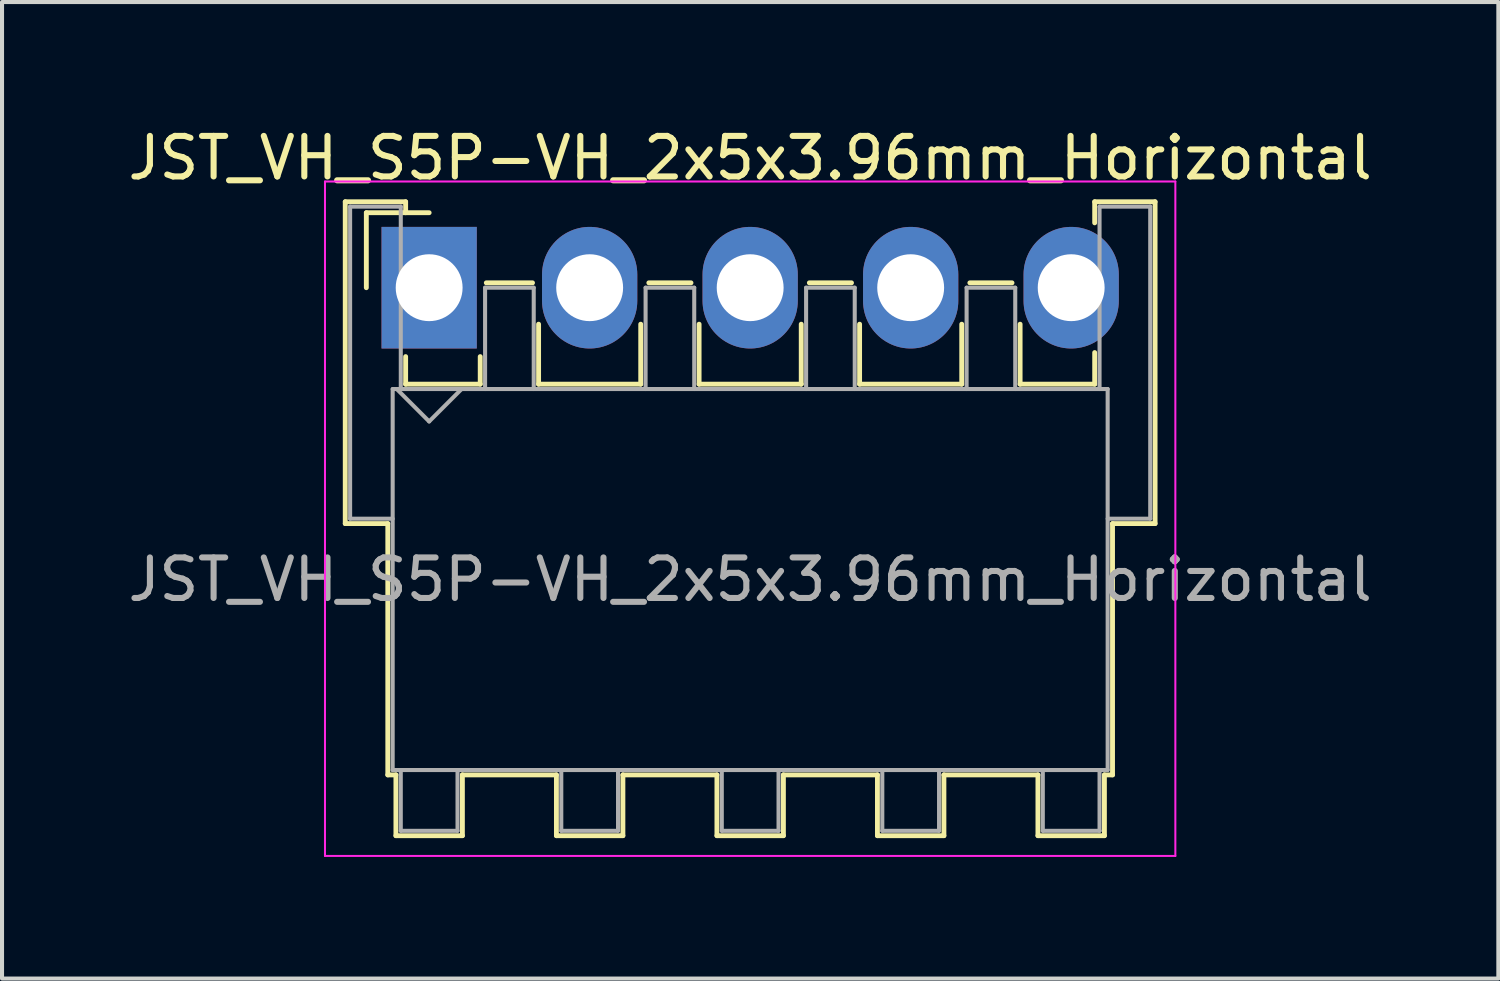
<source format=kicad_pcb>
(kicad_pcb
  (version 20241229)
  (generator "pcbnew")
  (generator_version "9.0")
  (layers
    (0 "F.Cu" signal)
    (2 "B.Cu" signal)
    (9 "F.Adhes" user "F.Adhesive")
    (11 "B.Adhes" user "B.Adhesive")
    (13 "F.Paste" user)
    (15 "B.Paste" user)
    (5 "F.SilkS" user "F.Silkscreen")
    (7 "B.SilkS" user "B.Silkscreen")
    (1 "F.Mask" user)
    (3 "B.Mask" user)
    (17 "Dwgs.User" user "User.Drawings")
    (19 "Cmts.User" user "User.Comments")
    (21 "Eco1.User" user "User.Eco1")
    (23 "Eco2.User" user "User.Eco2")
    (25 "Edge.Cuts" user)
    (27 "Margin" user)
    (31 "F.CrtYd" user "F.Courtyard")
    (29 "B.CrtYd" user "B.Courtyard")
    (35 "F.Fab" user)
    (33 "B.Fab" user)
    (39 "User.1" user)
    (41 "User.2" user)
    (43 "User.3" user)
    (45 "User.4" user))
  (footprint "JST_VH_S5P-VH_2x5x3.96mm_Horizontal"
    (layer "F.Cu")
    (at 7.538 4.048)
    (property "Reference" "JST_VH_S5P-VH_2x5x3.96mm_Horizontal" (at 7.92 -3.2 0) (layer "F.SilkS") (effects (font (size 1 1) (thickness 0.15))))
    (attr through_hole)
    (fp_line (start -2.07 -2.12) (end -0.58 -2.12) (stroke (width 0.12) (type solid)) (layer "F.SilkS"))
    (fp_line (start -2.07 5.82) (end -2.07 -2.12) (stroke (width 0.12) (type solid)) (layer "F.SilkS"))
    (fp_line (start -1.55 -1.85) (end -1.55 0) (stroke (width 0.12) (type solid)) (layer "F.SilkS"))
    (fp_line (start -1.02 5.82) (end -2.07 5.82) (stroke (width 0.12) (type solid)) (layer "F.SilkS"))
    (fp_line (start -1.02 5.82) (end -1.02 12.02) (stroke (width 0.12) (type solid)) (layer "F.SilkS"))
    (fp_line (start -1.02 12.02) (end -0.82 12.02) (stroke (width 0.12) (type solid)) (layer "F.SilkS"))
    (fp_line (start -0.82 12.02) (end -0.82 13.52) (stroke (width 0.12) (type solid)) (layer "F.SilkS"))
    (fp_line (start -0.82 13.52) (end 0.82 13.52) (stroke (width 0.12) (type solid)) (layer "F.SilkS"))
    (fp_line (start -0.58 -2.12) (end -0.58 -1.85) (stroke (width 0.12) (type solid)) (layer "F.SilkS"))
    (fp_line (start -0.58 1.7) (end -0.58 2.38) (stroke (width 0.12) (type solid)) (layer "F.SilkS"))
    (fp_line (start -0.58 2.38) (end 1.26 2.38) (stroke (width 0.12) (type solid)) (layer "F.SilkS"))
    (fp_line (start 0 -1.85) (end -1.55 -1.85) (stroke (width 0.12) (type solid)) (layer "F.SilkS"))
    (fp_line (start 0.82 12.02) (end 3.14 12.02) (stroke (width 0.12) (type solid)) (layer "F.SilkS"))
    (fp_line (start 0.82 13.52) (end 0.82 12.02) (stroke (width 0.12) (type solid)) (layer "F.SilkS"))
    (fp_line (start 1.26 2.38) (end 1.26 1.7) (stroke (width 0.12) (type solid)) (layer "F.SilkS"))
    (fp_line (start 1.41 -0.12) (end 2.55 -0.12) (stroke (width 0.12) (type solid)) (layer "F.SilkS"))
    (fp_line (start 2.7 0.9) (end 2.7 2.38) (stroke (width 0.12) (type solid)) (layer "F.SilkS"))
    (fp_line (start 2.7 2.38) (end 5.22 2.38) (stroke (width 0.12) (type solid)) (layer "F.SilkS"))
    (fp_line (start 3.14 12.02) (end 3.14 13.52) (stroke (width 0.12) (type solid)) (layer "F.SilkS"))
    (fp_line (start 3.14 13.52) (end 4.78 13.52) (stroke (width 0.12) (type solid)) (layer "F.SilkS"))
    (fp_line (start 4.78 12.02) (end 7.1 12.02) (stroke (width 0.12) (type solid)) (layer "F.SilkS"))
    (fp_line (start 4.78 13.52) (end 4.78 12.02) (stroke (width 0.12) (type solid)) (layer "F.SilkS"))
    (fp_line (start 5.22 2.38) (end 5.22 0.9) (stroke (width 0.12) (type solid)) (layer "F.SilkS"))
    (fp_line (start 5.42 -0.12) (end 6.46 -0.12) (stroke (width 0.12) (type solid)) (layer "F.SilkS"))
    (fp_line (start 6.66 0.9) (end 6.66 2.38) (stroke (width 0.12) (type solid)) (layer "F.SilkS"))
    (fp_line (start 6.66 2.38) (end 9.18 2.38) (stroke (width 0.12) (type solid)) (layer "F.SilkS"))
    (fp_line (start 7.1 12.02) (end 7.1 13.52) (stroke (width 0.12) (type solid)) (layer "F.SilkS"))
    (fp_line (start 7.1 13.52) (end 8.74 13.52) (stroke (width 0.12) (type solid)) (layer "F.SilkS"))
    (fp_line (start 8.74 12.02) (end 11.06 12.02) (stroke (width 0.12) (type solid)) (layer "F.SilkS"))
    (fp_line (start 8.74 13.52) (end 8.74 12.02) (stroke (width 0.12) (type solid)) (layer "F.SilkS"))
    (fp_line (start 9.18 2.38) (end 9.18 0.9) (stroke (width 0.12) (type solid)) (layer "F.SilkS"))
    (fp_line (start 9.38 -0.12) (end 10.42 -0.12) (stroke (width 0.12) (type solid)) (layer "F.SilkS"))
    (fp_line (start 10.62 0.9) (end 10.62 2.38) (stroke (width 0.12) (type solid)) (layer "F.SilkS"))
    (fp_line (start 10.62 2.38) (end 13.14 2.38) (stroke (width 0.12) (type solid)) (layer "F.SilkS"))
    (fp_line (start 11.06 12.02) (end 11.06 13.52) (stroke (width 0.12) (type solid)) (layer "F.SilkS"))
    (fp_line (start 11.06 13.52) (end 12.7 13.52) (stroke (width 0.12) (type solid)) (layer "F.SilkS"))
    (fp_line (start 12.7 12.02) (end 15.02 12.02) (stroke (width 0.12) (type solid)) (layer "F.SilkS"))
    (fp_line (start 12.7 13.52) (end 12.7 12.02) (stroke (width 0.12) (type solid)) (layer "F.SilkS"))
    (fp_line (start 13.14 2.38) (end 13.14 0.9) (stroke (width 0.12) (type solid)) (layer "F.SilkS"))
    (fp_line (start 13.34 -0.12) (end 14.38 -0.12) (stroke (width 0.12) (type solid)) (layer "F.SilkS"))
    (fp_line (start 14.58 0.9) (end 14.58 2.38) (stroke (width 0.12) (type solid)) (layer "F.SilkS"))
    (fp_line (start 14.58 2.38) (end 16.42 2.38) (stroke (width 0.12) (type solid)) (layer "F.SilkS"))
    (fp_line (start 15.02 12.02) (end 15.02 13.52) (stroke (width 0.12) (type solid)) (layer "F.SilkS"))
    (fp_line (start 15.02 13.52) (end 16.66 13.52) (stroke (width 0.12) (type solid)) (layer "F.SilkS"))
    (fp_line (start 16.42 -2.12) (end 17.91 -2.12) (stroke (width 0.12) (type solid)) (layer "F.SilkS"))
    (fp_line (start 16.42 -1.6) (end 16.42 -2.12) (stroke (width 0.12) (type solid)) (layer "F.SilkS"))
    (fp_line (start 16.42 2.38) (end 16.42 1.6) (stroke (width 0.12) (type solid)) (layer "F.SilkS"))
    (fp_line (start 16.66 12.02) (end 16.86 12.02) (stroke (width 0.12) (type solid)) (layer "F.SilkS"))
    (fp_line (start 16.66 13.52) (end 16.66 12.02) (stroke (width 0.12) (type solid)) (layer "F.SilkS"))
    (fp_line (start 16.86 12.02) (end 16.86 5.82) (stroke (width 0.12) (type solid)) (layer "F.SilkS"))
    (fp_line (start 17.91 -2.12) (end 17.91 5.82) (stroke (width 0.12) (type solid)) (layer "F.SilkS"))
    (fp_line (start 17.91 5.82) (end 16.86 5.82) (stroke (width 0.12) (type solid)) (layer "F.SilkS"))
    (fp_line (start -2.57 -2.62) (end -2.57 14.02) (stroke (width 0.05) (type solid)) (layer "F.CrtYd"))
    (fp_line (start -2.57 14.02) (end 18.41 14.02) (stroke (width 0.05) (type solid)) (layer "F.CrtYd"))
    (fp_line (start 18.41 -2.62) (end -2.57 -2.62) (stroke (width 0.05) (type solid)) (layer "F.CrtYd"))
    (fp_line (start 18.41 14.02) (end 18.41 -2.62) (stroke (width 0.05) (type solid)) (layer "F.CrtYd"))
    (fp_line (start -1.95 -2) (end -0.7 -2) (stroke (width 0.1) (type solid)) (layer "F.Fab"))
    (fp_line (start -1.95 5.7) (end -1.95 -2) (stroke (width 0.1) (type solid)) (layer "F.Fab"))
    (fp_line (start -0.9 2.5) (end -0.9 11.9) (stroke (width 0.1) (type solid)) (layer "F.Fab"))
    (fp_line (start -0.9 5.7) (end -1.95 5.7) (stroke (width 0.1) (type solid)) (layer "F.Fab"))
    (fp_line (start -0.9 11.9) (end 16.74 11.9) (stroke (width 0.1) (type solid)) (layer "F.Fab"))
    (fp_line (start -0.8 2.5) (end 0 3.3) (stroke (width 0.1) (type solid)) (layer "F.Fab"))
    (fp_line (start -0.7 -2) (end -0.7 2.5) (stroke (width 0.1) (type solid)) (layer "F.Fab"))
    (fp_line (start -0.7 11.9) (end -0.7 13.4) (stroke (width 0.1) (type solid)) (layer "F.Fab"))
    (fp_line (start -0.7 13.4) (end 0.7 13.4) (stroke (width 0.1) (type solid)) (layer "F.Fab"))
    (fp_line (start 0 3.3) (end 0.8 2.5) (stroke (width 0.1) (type solid)) (layer "F.Fab"))
    (fp_line (start 0.7 13.4) (end 0.7 11.9) (stroke (width 0.1) (type solid)) (layer "F.Fab"))
    (fp_line (start 1.38 0) (end 2.58 0) (stroke (width 0.1) (type solid)) (layer "F.Fab"))
    (fp_line (start 1.38 2.5) (end 1.38 0) (stroke (width 0.1) (type solid)) (layer "F.Fab"))
    (fp_line (start 2.58 0) (end 2.58 2.5) (stroke (width 0.1) (type solid)) (layer "F.Fab"))
    (fp_line (start 3.26 11.9) (end 3.26 13.4) (stroke (width 0.1) (type solid)) (layer "F.Fab"))
    (fp_line (start 3.26 13.4) (end 4.66 13.4) (stroke (width 0.1) (type solid)) (layer "F.Fab"))
    (fp_line (start 4.66 13.4) (end 4.66 11.9) (stroke (width 0.1) (type solid)) (layer "F.Fab"))
    (fp_line (start 5.34 0) (end 6.54 0) (stroke (width 0.1) (type solid)) (layer "F.Fab"))
    (fp_line (start 5.34 2.5) (end 5.34 0) (stroke (width 0.1) (type solid)) (layer "F.Fab"))
    (fp_line (start 6.54 0) (end 6.54 2.5) (stroke (width 0.1) (type solid)) (layer "F.Fab"))
    (fp_line (start 7.22 11.9) (end 7.22 13.4) (stroke (width 0.1) (type solid)) (layer "F.Fab"))
    (fp_line (start 7.22 13.4) (end 8.62 13.4) (stroke (width 0.1) (type solid)) (layer "F.Fab"))
    (fp_line (start 8.62 13.4) (end 8.62 11.9) (stroke (width 0.1) (type solid)) (layer "F.Fab"))
    (fp_line (start 9.3 0) (end 10.5 0) (stroke (width 0.1) (type solid)) (layer "F.Fab"))
    (fp_line (start 9.3 2.5) (end 9.3 0) (stroke (width 0.1) (type solid)) (layer "F.Fab"))
    (fp_line (start 10.5 0) (end 10.5 2.5) (stroke (width 0.1) (type solid)) (layer "F.Fab"))
    (fp_line (start 11.18 11.9) (end 11.18 13.4) (stroke (width 0.1) (type solid)) (layer "F.Fab"))
    (fp_line (start 11.18 13.4) (end 12.58 13.4) (stroke (width 0.1) (type solid)) (layer "F.Fab"))
    (fp_line (start 12.58 13.4) (end 12.58 11.9) (stroke (width 0.1) (type solid)) (layer "F.Fab"))
    (fp_line (start 13.26 0) (end 14.46 0) (stroke (width 0.1) (type solid)) (layer "F.Fab"))
    (fp_line (start 13.26 2.5) (end 13.26 0) (stroke (width 0.1) (type solid)) (layer "F.Fab"))
    (fp_line (start 14.46 0) (end 14.46 2.5) (stroke (width 0.1) (type solid)) (layer "F.Fab"))
    (fp_line (start 15.14 11.9) (end 15.14 13.4) (stroke (width 0.1) (type solid)) (layer "F.Fab"))
    (fp_line (start 15.14 13.4) (end 16.54 13.4) (stroke (width 0.1) (type solid)) (layer "F.Fab"))
    (fp_line (start 16.54 -2) (end 17.79 -2) (stroke (width 0.1) (type solid)) (layer "F.Fab"))
    (fp_line (start 16.54 2.5) (end 16.54 -2) (stroke (width 0.1) (type solid)) (layer "F.Fab"))
    (fp_line (start 16.54 13.4) (end 16.54 11.9) (stroke (width 0.1) (type solid)) (layer "F.Fab"))
    (fp_line (start 16.74 2.5) (end -0.9 2.5) (stroke (width 0.1) (type solid)) (layer "F.Fab"))
    (fp_line (start 16.74 11.9) (end 16.74 2.5) (stroke (width 0.1) (type solid)) (layer "F.Fab"))
    (fp_line (start 17.79 -2) (end 17.79 5.7) (stroke (width 0.1) (type solid)) (layer "F.Fab"))
    (fp_line (start 17.79 5.7) (end 16.74 5.7) (stroke (width 0.1) (type solid)) (layer "F.Fab"))
    (fp_text user "${REFERENCE}" (at 7.92 7.2 0) (layer "F.Fab") (effects (font (size 1 1) (thickness 0.15))))
    (pad "1" thru_hole rect (at 0 0) (size 2.35 3) (drill 1.65) (layers "*.Cu" "*.Mask"))
    (pad "2" thru_hole oval (at 3.96 0) (size 2.35 3) (drill 1.65) (layers "*.Cu" "*.Mask"))
    (pad "3" thru_hole oval (at 7.92 0) (size 2.35 3) (drill 1.65) (layers "*.Cu" "*.Mask"))
    (pad "4" thru_hole oval (at 11.88 0) (size 2.35 3) (drill 1.65) (layers "*.Cu" "*.Mask"))
    (pad "5" thru_hole oval (at 15.84 0) (size 2.35 3) (drill 1.65) (layers "*.Cu" "*.Mask")))
  (gr_rect
    (start -3 -3)
    (end 33.917 21.093)
    (stroke (width 0.1) (type default))
    (fill no)
    (layer "Edge.Cuts")))
</source>
